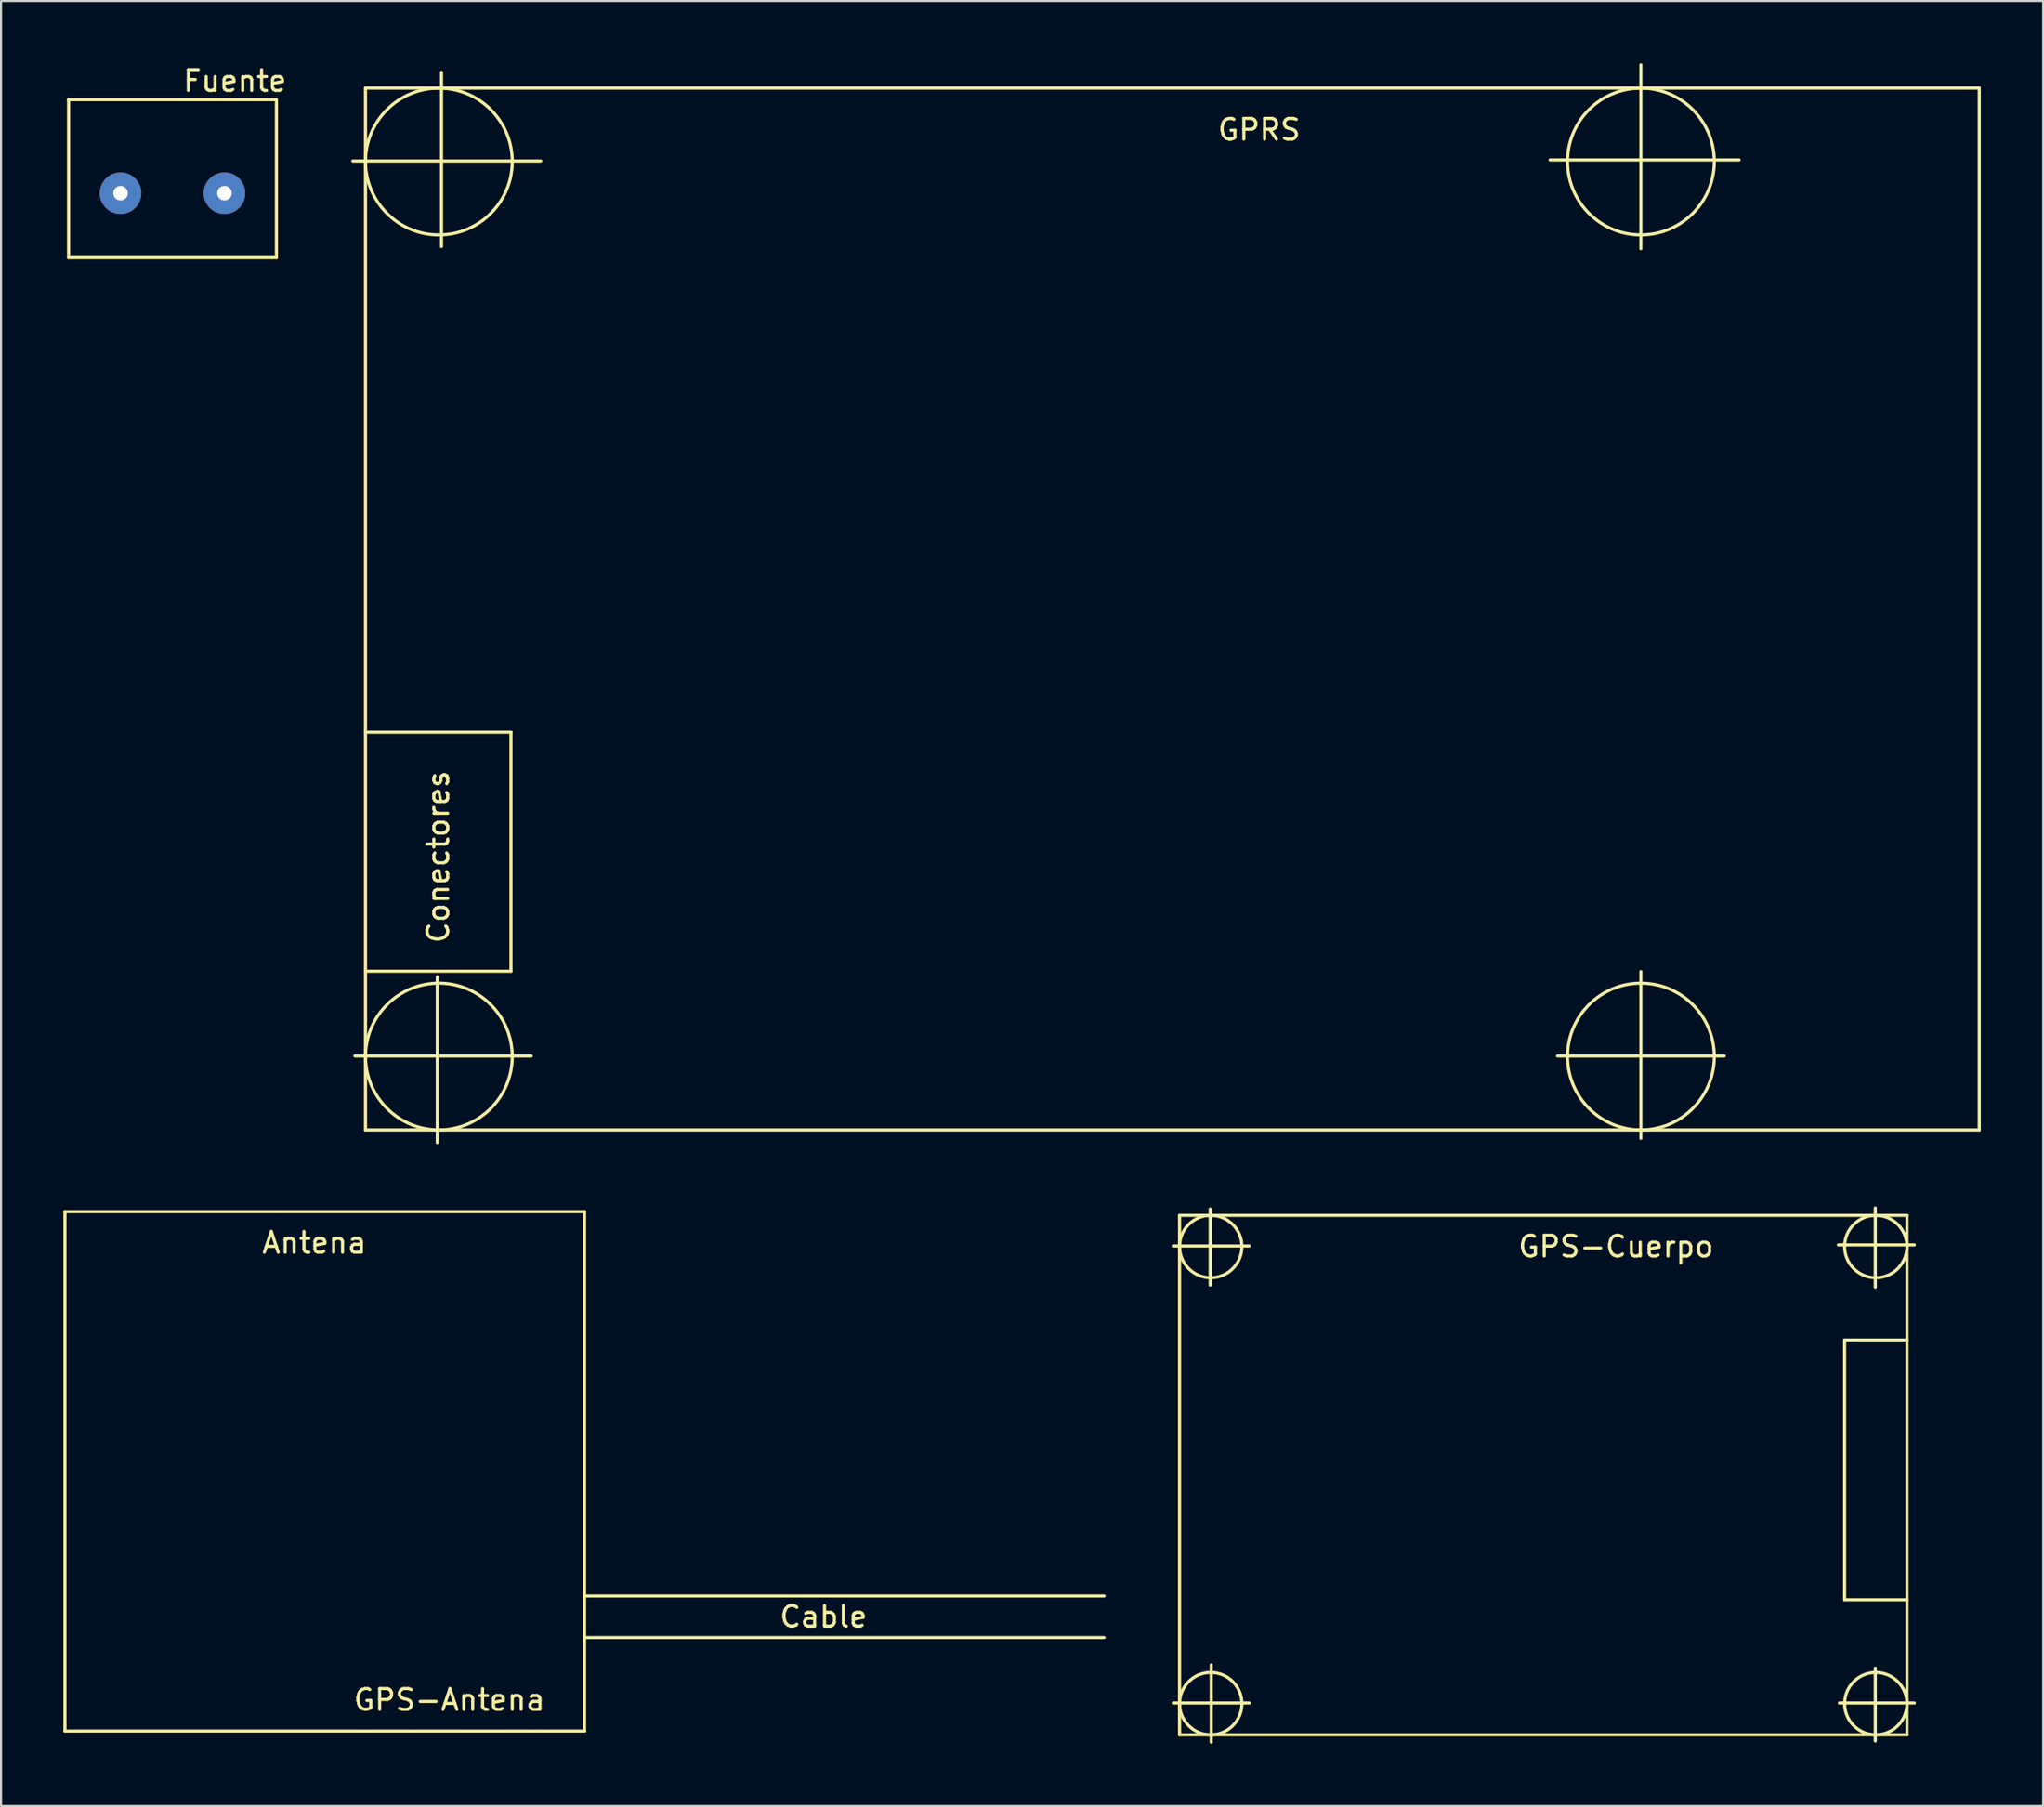
<source format=kicad_pcb>
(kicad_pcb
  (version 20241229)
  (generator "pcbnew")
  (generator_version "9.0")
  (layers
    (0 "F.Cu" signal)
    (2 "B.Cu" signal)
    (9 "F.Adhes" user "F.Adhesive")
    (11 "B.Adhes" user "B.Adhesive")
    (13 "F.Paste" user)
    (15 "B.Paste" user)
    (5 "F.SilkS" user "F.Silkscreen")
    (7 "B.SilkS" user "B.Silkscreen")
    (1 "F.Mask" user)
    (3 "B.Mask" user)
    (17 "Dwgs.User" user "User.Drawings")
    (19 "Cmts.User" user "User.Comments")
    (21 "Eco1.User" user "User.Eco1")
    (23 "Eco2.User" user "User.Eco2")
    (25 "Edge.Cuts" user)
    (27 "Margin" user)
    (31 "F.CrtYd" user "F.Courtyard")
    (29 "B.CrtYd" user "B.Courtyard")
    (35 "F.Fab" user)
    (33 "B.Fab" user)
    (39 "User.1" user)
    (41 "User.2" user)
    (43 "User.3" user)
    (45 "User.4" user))
  (footprint "GPS-Cuerpo"
    (layer "F.Cu")
    (at 53.705 55.447)
    (property "Reference" "GPS-Cuerpo" (at 21 1.5 0) (layer "F.SilkS") (effects (font (size 1 1) (thickness 0.15))))
    (attr through_hole)
    (fp_line (start -0.305 23.47) (end 3.353 23.47) (stroke (width 0.15) (type solid)) (layer "F.SilkS"))
    (fp_line (start 0 0) (end 0 25) (stroke (width 0.15) (type solid)) (layer "F.SilkS"))
    (fp_line (start 0 0) (end 35 0) (stroke (width 0.15) (type solid)) (layer "F.SilkS"))
    (fp_line (start 1.473 3.353) (end 1.473 -0.305) (stroke (width 0.15) (type solid)) (layer "F.SilkS"))
    (fp_line (start 1.524 25.349) (end 1.524 21.641) (stroke (width 0.15) (type solid)) (layer "F.SilkS"))
    (fp_line (start 3.353 1.473) (end -0.305 1.473) (stroke (width 0.15) (type solid)) (layer "F.SilkS"))
    (fp_line (start 31.699 1.422) (end 35.357 1.422) (stroke (width 0.15) (type solid)) (layer "F.SilkS"))
    (fp_line (start 32 6) (end 32 18.5) (stroke (width 0.15) (type solid)) (layer "F.SilkS"))
    (fp_line (start 32 18.5) (end 35 18.5) (stroke (width 0.15) (type solid)) (layer "F.SilkS"))
    (fp_line (start 33.477 3.454) (end 33.477 -0.356) (stroke (width 0.15) (type solid)) (layer "F.SilkS"))
    (fp_line (start 33.477 21.793) (end 33.477 25.298) (stroke (width 0.15) (type solid)) (layer "F.SilkS"))
    (fp_line (start 35 0) (end 35 25) (stroke (width 0.15) (type solid)) (layer "F.SilkS"))
    (fp_line (start 35 6) (end 32 6) (stroke (width 0.15) (type solid)) (layer "F.SilkS"))
    (fp_line (start 35 25) (end 0 25) (stroke (width 0.15) (type solid)) (layer "F.SilkS"))
    (fp_line (start 35.357 23.47) (end 31.75 23.47) (stroke (width 0.15) (type solid)) (layer "F.SilkS"))
    (fp_circle (center 1.5 1.5) (end 1.5 0) (stroke (width 0.15) (type solid)) (fill no) (layer "F.SilkS"))
    (fp_circle (center 1.5 23.5) (end 1.5 25) (stroke (width 0.15) (type solid)) (fill no) (layer "F.SilkS"))
    (fp_circle (center 33.5 1.5) (end 33.5 0) (stroke (width 0.15) (type solid)) (fill no) (layer "F.SilkS"))
    (fp_circle (center 33.5 23.5) (end 33.5 25) (stroke (width 0.15) (type solid)) (fill no) (layer "F.SilkS")))
  (footprint "Fuente"
    (layer "F.Cu")
    (at 0.25 1.748)
    (property "Reference" "Fuente" (at 8 -0.9 0) (layer "F.SilkS") (effects (font (size 1 1) (thickness 0.15))))
    (attr through_hole)
    (fp_line (start 0 0) (end 10 0) (stroke (width 0.15) (type solid)) (layer "F.SilkS"))
    (fp_line (start 0 7.6) (end 0 0) (stroke (width 0.15) (type solid)) (layer "F.SilkS"))
    (fp_line (start 10 0) (end 10 7.6) (stroke (width 0.15) (type solid)) (layer "F.SilkS"))
    (fp_line (start 10 7.6) (end 0 7.6) (stroke (width 0.15) (type solid)) (layer "F.SilkS"))
    (pad "1" thru_hole circle (at 2.5 4.5) (size 2 2) (drill 0.7) (layers "*.Cu" "*.Mask"))
    (pad "2" thru_hole circle (at 7.5 4.5) (size 2 2) (drill 0.7) (layers "*.Cu" "*.Mask")))
  (footprint "GPS-Antena"
    (layer "F.Cu")
    (at 50.075 55.267)
    (property "Reference" "GPS-Antena" (at -31.5 23.5 0) (layer "F.SilkS") (effects (font (size 1 1) (thickness 0.15))))
    (attr through_hole)
    (fp_line (start -50 0) (end -50 25) (stroke (width 0.15) (type solid)) (layer "F.SilkS"))
    (fp_line (start -50 0) (end -25 0) (stroke (width 0.15) (type solid)) (layer "F.SilkS"))
    (fp_line (start -25 0) (end -25 25) (stroke (width 0.15) (type solid)) (layer "F.SilkS"))
    (fp_line (start -25 25) (end -50 25) (stroke (width 0.15) (type solid)) (layer "F.SilkS"))
    (fp_line (start 0 18.5) (end -25 18.5) (stroke (width 0.15) (type solid)) (layer "F.SilkS"))
    (fp_line (start 0 20.5) (end -25 20.5) (stroke (width 0.15) (type solid)) (layer "F.SilkS"))
    (fp_text user "Antena" (at -38 1.5 0) (layer "F.SilkS") (effects (font (size 1 1) (thickness 0.15))))
    (fp_text user "Cable" (at -13.5 19.5 0) (layer "F.SilkS") (effects (font (size 1 1) (thickness 0.15)))))
  (footprint "GPRS"
    (layer "F.Cu")
    (at 14.536 1.193)
    (property "Reference" "GPRS" (at 43 2 0) (layer "F.SilkS") (effects (font (size 1 1) (thickness 0.15))))
    (attr through_hole)
    (fp_line (start -0.61 3.505) (end 8.433 3.505) (stroke (width 0.15) (type solid)) (layer "F.SilkS"))
    (fp_line (start -0.508 46.584) (end 7.976 46.584) (stroke (width 0.15) (type solid)) (layer "F.SilkS"))
    (fp_line (start 0 0) (end 0 50.14) (stroke (width 0.15) (type solid)) (layer "F.SilkS"))
    (fp_line (start 0 0) (end 77.648 0) (stroke (width 0.15) (type solid)) (layer "F.SilkS"))
    (fp_line (start 0 42.5) (end 7 42.5) (stroke (width 0.15) (type solid)) (layer "F.SilkS"))
    (fp_line (start 0 50.14) (end 77.648 50.14) (stroke (width 0.15) (type solid)) (layer "F.SilkS"))
    (fp_line (start 3.454 42.774) (end 3.454 50.749) (stroke (width 0.15) (type solid)) (layer "F.SilkS"))
    (fp_line (start 3.658 7.62) (end 3.658 -0.762) (stroke (width 0.15) (type solid)) (layer "F.SilkS"))
    (fp_line (start 7 31) (end 0 31) (stroke (width 0.15) (type solid)) (layer "F.SilkS"))
    (fp_line (start 7 42.5) (end 7 31) (stroke (width 0.15) (type solid)) (layer "F.SilkS"))
    (fp_line (start 56.998 3.454) (end 66.091 3.454) (stroke (width 0.15) (type solid)) (layer "F.SilkS"))
    (fp_line (start 57.353 46.584) (end 65.38 46.584) (stroke (width 0.15) (type solid)) (layer "F.SilkS"))
    (fp_line (start 61.366 7.722) (end 61.366 -1.118) (stroke (width 0.15) (type solid)) (layer "F.SilkS"))
    (fp_line (start 61.366 50.546) (end 61.366 42.52) (stroke (width 0.15) (type solid)) (layer "F.SilkS"))
    (fp_line (start 77.648 0) (end 77.648 50.14) (stroke (width 0.15) (type solid)) (layer "F.SilkS"))
    (fp_circle (center 3.531 3.531) (end 3.531 0) (stroke (width 0.15) (type solid)) (fill no) (layer "F.SilkS"))
    (fp_circle (center 3.531 46.609) (end 0 46.609) (stroke (width 0.15) (type solid)) (fill no) (layer "F.SilkS"))
    (fp_circle (center 61.367 3.531) (end 61.367 0) (stroke (width 0.15) (type solid)) (fill no) (layer "F.SilkS"))
    (fp_circle (center 61.367 46.609) (end 61.367 50.14) (stroke (width 0.15) (type solid)) (fill no) (layer "F.SilkS"))
    (fp_text user "Conectores" (at 3.5 37 270) (layer "F.SilkS") (effects (font (size 1 1) (thickness 0.15)))))
  (gr_rect
    (start -3 -3)
    (end 95.259 83.872)
    (stroke (width 0.1) (type default))
    (fill no)
    (layer "Edge.Cuts")))
</source>
